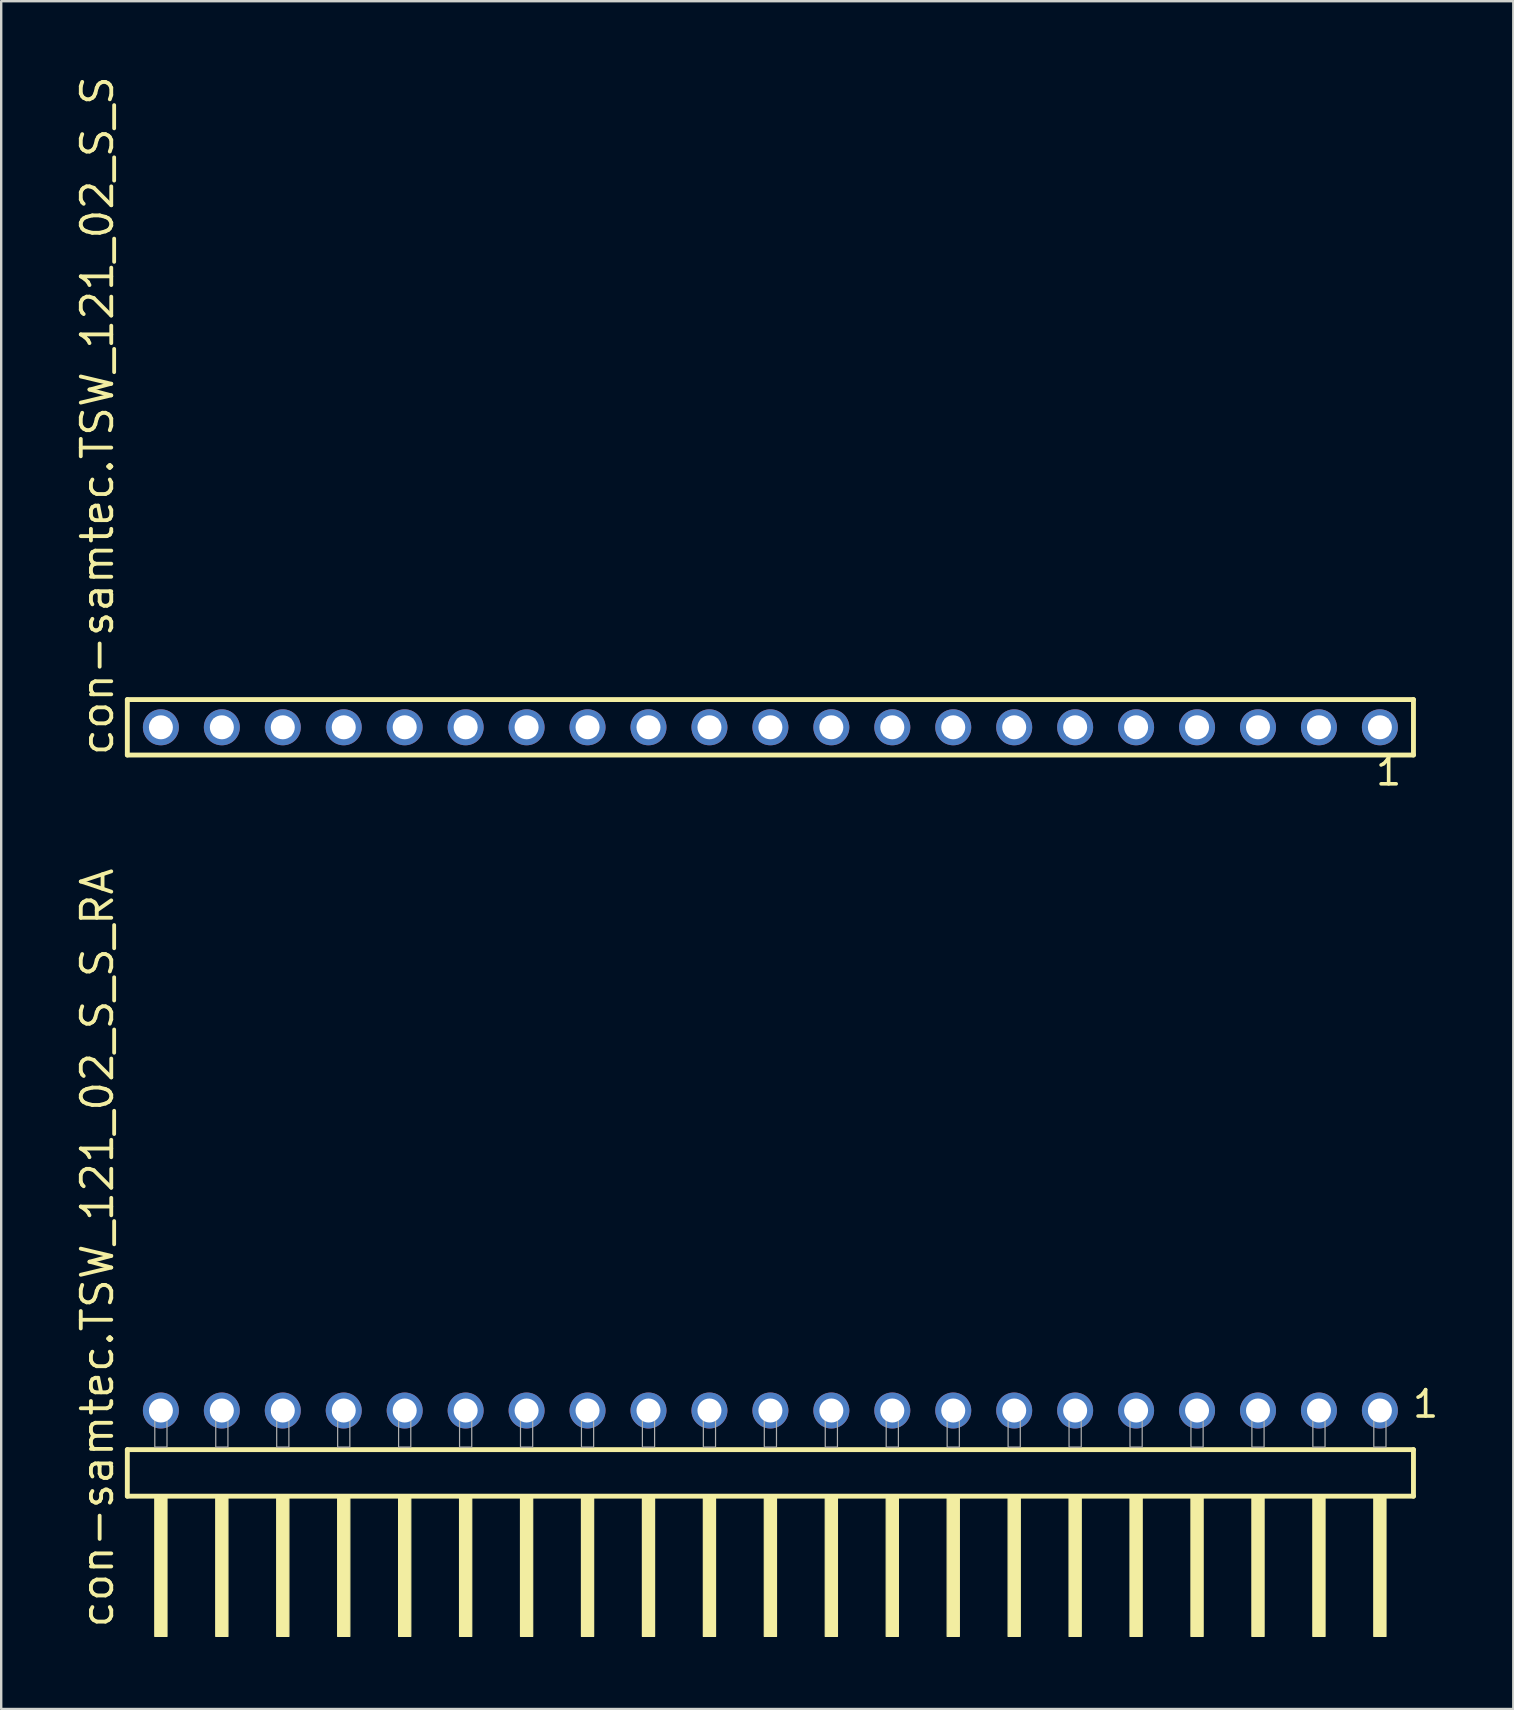
<source format=kicad_pcb>
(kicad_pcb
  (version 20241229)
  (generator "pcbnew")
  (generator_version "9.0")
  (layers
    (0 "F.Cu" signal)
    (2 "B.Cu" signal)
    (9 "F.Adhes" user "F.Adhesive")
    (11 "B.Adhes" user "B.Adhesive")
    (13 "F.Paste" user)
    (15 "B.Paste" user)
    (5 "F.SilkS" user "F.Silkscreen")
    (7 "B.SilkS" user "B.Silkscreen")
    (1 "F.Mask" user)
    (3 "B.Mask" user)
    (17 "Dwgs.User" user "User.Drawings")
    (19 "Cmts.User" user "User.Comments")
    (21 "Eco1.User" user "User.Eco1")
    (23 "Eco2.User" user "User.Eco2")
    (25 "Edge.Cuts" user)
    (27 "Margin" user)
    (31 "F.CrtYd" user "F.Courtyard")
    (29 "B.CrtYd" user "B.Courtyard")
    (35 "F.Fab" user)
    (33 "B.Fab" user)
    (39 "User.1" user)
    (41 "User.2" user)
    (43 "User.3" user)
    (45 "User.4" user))
  (footprint "con-samtec.TSW_121_02_S_S"
    (layer "F.Cu")
    (at 29.055 27.259)
    (property "Reference" "con-samtec.TSW_121_02_S_S" (at -27.305 1.27 90) (layer "F.SilkS") (effects (font (size 1.27 1.27) (thickness 0.16)) (justify left bottom)))
    (attr through_hole)
    (fp_line (start -26.799 -1.155) (end 26.799 -1.155) (stroke (width 0.203) (type default)) (layer "F.SilkS"))
    (fp_line (start -26.799 1.155) (end -26.799 -1.155) (stroke (width 0.203) (type default)) (layer "F.SilkS"))
    (fp_line (start 26.799 -1.155) (end 26.799 1.155) (stroke (width 0.203) (type default)) (layer "F.SilkS"))
    (fp_line (start 26.799 1.155) (end -26.799 1.155) (stroke (width 0.203) (type default)) (layer "F.SilkS"))
    (fp_rect (start -25.75 0.35) (end -25.05 -0.35) (stroke (width 0.05) (type default)) (fill no) (layer "F.Fab"))
    (fp_rect (start -23.21 0.35) (end -22.51 -0.35) (stroke (width 0.05) (type default)) (fill no) (layer "F.Fab"))
    (fp_rect (start -20.67 0.35) (end -19.97 -0.35) (stroke (width 0.05) (type default)) (fill no) (layer "F.Fab"))
    (fp_rect (start -18.13 0.35) (end -17.43 -0.35) (stroke (width 0.05) (type default)) (fill no) (layer "F.Fab"))
    (fp_rect (start -15.59 0.35) (end -14.89 -0.35) (stroke (width 0.05) (type default)) (fill no) (layer "F.Fab"))
    (fp_rect (start -13.05 0.35) (end -12.35 -0.35) (stroke (width 0.05) (type default)) (fill no) (layer "F.Fab"))
    (fp_rect (start -10.51 0.35) (end -9.81 -0.35) (stroke (width 0.05) (type default)) (fill no) (layer "F.Fab"))
    (fp_rect (start -7.97 0.35) (end -7.27 -0.35) (stroke (width 0.05) (type default)) (fill no) (layer "F.Fab"))
    (fp_rect (start -5.43 0.35) (end -4.73 -0.35) (stroke (width 0.05) (type default)) (fill no) (layer "F.Fab"))
    (fp_rect (start -2.89 0.35) (end -2.19 -0.35) (stroke (width 0.05) (type default)) (fill no) (layer "F.Fab"))
    (fp_rect (start -0.35 0.35) (end 0.35 -0.35) (stroke (width 0.05) (type default)) (fill no) (layer "F.Fab"))
    (fp_rect (start 2.19 0.35) (end 2.89 -0.35) (stroke (width 0.05) (type default)) (fill no) (layer "F.Fab"))
    (fp_rect (start 4.73 0.35) (end 5.43 -0.35) (stroke (width 0.05) (type default)) (fill no) (layer "F.Fab"))
    (fp_rect (start 7.27 0.35) (end 7.97 -0.35) (stroke (width 0.05) (type default)) (fill no) (layer "F.Fab"))
    (fp_rect (start 9.81 0.35) (end 10.51 -0.35) (stroke (width 0.05) (type default)) (fill no) (layer "F.Fab"))
    (fp_rect (start 12.35 0.35) (end 13.05 -0.35) (stroke (width 0.05) (type default)) (fill no) (layer "F.Fab"))
    (fp_rect (start 14.89 0.35) (end 15.59 -0.35) (stroke (width 0.05) (type default)) (fill no) (layer "F.Fab"))
    (fp_rect (start 17.43 0.35) (end 18.13 -0.35) (stroke (width 0.05) (type default)) (fill no) (layer "F.Fab"))
    (fp_rect (start 19.97 0.35) (end 20.67 -0.35) (stroke (width 0.05) (type default)) (fill no) (layer "F.Fab"))
    (fp_rect (start 22.51 0.35) (end 23.21 -0.35) (stroke (width 0.05) (type default)) (fill no) (layer "F.Fab"))
    (fp_rect (start 25.05 0.35) (end 25.75 -0.35) (stroke (width 0.05) (type default)) (fill no) (layer "F.Fab"))
    (fp_text user "1" (at 25.142 2.498 0) (layer "F.SilkS") (effects (font (size 1.1 1.1) (thickness 0.15)) (justify left bottom)))
    (pad "1" thru_hole circle (at 25.4 0 180) (size 1.5 1.5) (drill 1) (layers "*.Cu" "*.Mask"))
    (pad "2" thru_hole circle (at 22.86 0 180) (size 1.5 1.5) (drill 1) (layers "*.Cu" "*.Mask"))
    (pad "3" thru_hole circle (at 20.32 0 180) (size 1.5 1.5) (drill 1) (layers "*.Cu" "*.Mask"))
    (pad "4" thru_hole circle (at 17.78 0 180) (size 1.5 1.5) (drill 1) (layers "*.Cu" "*.Mask"))
    (pad "5" thru_hole circle (at 15.24 0 180) (size 1.5 1.5) (drill 1) (layers "*.Cu" "*.Mask"))
    (pad "6" thru_hole circle (at 12.7 0 180) (size 1.5 1.5) (drill 1) (layers "*.Cu" "*.Mask"))
    (pad "7" thru_hole circle (at 10.16 0 180) (size 1.5 1.5) (drill 1) (layers "*.Cu" "*.Mask"))
    (pad "8" thru_hole circle (at 7.62 0 180) (size 1.5 1.5) (drill 1) (layers "*.Cu" "*.Mask"))
    (pad "9" thru_hole circle (at 5.08 0 180) (size 1.5 1.5) (drill 1) (layers "*.Cu" "*.Mask"))
    (pad "10" thru_hole circle (at 2.54 0 180) (size 1.5 1.5) (drill 1) (layers "*.Cu" "*.Mask"))
    (pad "11" thru_hole circle (at 0 0 180) (size 1.5 1.5) (drill 1) (layers "*.Cu" "*.Mask"))
    (pad "12" thru_hole circle (at -2.54 0 180) (size 1.5 1.5) (drill 1) (layers "*.Cu" "*.Mask"))
    (pad "13" thru_hole circle (at -5.08 0 180) (size 1.5 1.5) (drill 1) (layers "*.Cu" "*.Mask"))
    (pad "14" thru_hole circle (at -7.62 0 180) (size 1.5 1.5) (drill 1) (layers "*.Cu" "*.Mask"))
    (pad "15" thru_hole circle (at -10.16 0 180) (size 1.5 1.5) (drill 1) (layers "*.Cu" "*.Mask"))
    (pad "16" thru_hole circle (at -12.7 0 180) (size 1.5 1.5) (drill 1) (layers "*.Cu" "*.Mask"))
    (pad "17" thru_hole circle (at -15.24 0 180) (size 1.5 1.5) (drill 1) (layers "*.Cu" "*.Mask"))
    (pad "18" thru_hole circle (at -17.78 0 180) (size 1.5 1.5) (drill 1) (layers "*.Cu" "*.Mask"))
    (pad "19" thru_hole circle (at -20.32 0 180) (size 1.5 1.5) (drill 1) (layers "*.Cu" "*.Mask"))
    (pad "20" thru_hole circle (at -22.86 0 180) (size 1.5 1.5) (drill 1) (layers "*.Cu" "*.Mask"))
    (pad "21" thru_hole circle (at -25.4 0 180) (size 1.5 1.5) (drill 1) (layers "*.Cu" "*.Mask")))
  (footprint "con-samtec.TSW_121_02_S_S_RA"
    (layer "F.Cu")
    (at 29.055 57.255)
    (property "Reference" "con-samtec.TSW_121_02_S_S_RA" (at -27.305 7.62 90) (layer "F.SilkS") (effects (font (size 1.27 1.27) (thickness 0.16)) (justify left bottom)))
    (attr through_hole)
    (fp_line (start -26.799 0.106) (end -26.799 2.046) (stroke (width 0.203) (type default)) (layer "F.SilkS"))
    (fp_line (start -26.799 2.046) (end 26.799 2.046) (stroke (width 0.203) (type default)) (layer "F.SilkS"))
    (fp_line (start 26.799 0.106) (end -26.799 0.106) (stroke (width 0.203) (type default)) (layer "F.SilkS"))
    (fp_line (start 26.799 2.046) (end 26.799 0.106) (stroke (width 0.203) (type default)) (layer "F.SilkS"))
    (fp_rect (start -25.654 7.89) (end -25.146 2.04) (stroke (width 0.05) (type default)) (fill yes) (layer "F.SilkS"))
    (fp_rect (start -23.114 7.89) (end -22.606 2.04) (stroke (width 0.05) (type default)) (fill yes) (layer "F.SilkS"))
    (fp_rect (start -20.574 7.89) (end -20.066 2.04) (stroke (width 0.05) (type default)) (fill yes) (layer "F.SilkS"))
    (fp_rect (start -18.034 7.89) (end -17.526 2.04) (stroke (width 0.05) (type default)) (fill yes) (layer "F.SilkS"))
    (fp_rect (start -15.494 7.89) (end -14.986 2.04) (stroke (width 0.05) (type default)) (fill yes) (layer "F.SilkS"))
    (fp_rect (start -12.954 7.89) (end -12.446 2.04) (stroke (width 0.05) (type default)) (fill yes) (layer "F.SilkS"))
    (fp_rect (start -10.414 7.89) (end -9.906 2.04) (stroke (width 0.05) (type default)) (fill yes) (layer "F.SilkS"))
    (fp_rect (start -7.874 7.89) (end -7.366 2.04) (stroke (width 0.05) (type default)) (fill yes) (layer "F.SilkS"))
    (fp_rect (start -5.334 7.89) (end -4.826 2.04) (stroke (width 0.05) (type default)) (fill yes) (layer "F.SilkS"))
    (fp_rect (start -2.794 7.89) (end -2.286 2.04) (stroke (width 0.05) (type default)) (fill yes) (layer "F.SilkS"))
    (fp_rect (start -0.254 7.89) (end 0.254 2.04) (stroke (width 0.05) (type default)) (fill yes) (layer "F.SilkS"))
    (fp_rect (start 2.286 7.89) (end 2.794 2.04) (stroke (width 0.05) (type default)) (fill yes) (layer "F.SilkS"))
    (fp_rect (start 4.826 7.89) (end 5.334 2.04) (stroke (width 0.05) (type default)) (fill yes) (layer "F.SilkS"))
    (fp_rect (start 7.366 7.89) (end 7.874 2.04) (stroke (width 0.05) (type default)) (fill yes) (layer "F.SilkS"))
    (fp_rect (start 9.906 7.89) (end 10.414 2.04) (stroke (width 0.05) (type default)) (fill yes) (layer "F.SilkS"))
    (fp_rect (start 12.446 7.89) (end 12.954 2.04) (stroke (width 0.05) (type default)) (fill yes) (layer "F.SilkS"))
    (fp_rect (start 14.986 7.89) (end 15.494 2.04) (stroke (width 0.05) (type default)) (fill yes) (layer "F.SilkS"))
    (fp_rect (start 17.526 7.89) (end 18.034 2.04) (stroke (width 0.05) (type default)) (fill yes) (layer "F.SilkS"))
    (fp_rect (start 20.066 7.89) (end 20.574 2.04) (stroke (width 0.05) (type default)) (fill yes) (layer "F.SilkS"))
    (fp_rect (start 22.606 7.89) (end 23.114 2.04) (stroke (width 0.05) (type default)) (fill yes) (layer "F.SilkS"))
    (fp_rect (start 25.146 7.89) (end 25.654 2.04) (stroke (width 0.05) (type default)) (fill yes) (layer "F.SilkS"))
    (fp_rect (start -25.654 0) (end -25.146 -1.778) (stroke (width 0.05) (type default)) (fill no) (layer "F.Fab"))
    (fp_rect (start -23.114 0) (end -22.606 -1.778) (stroke (width 0.05) (type default)) (fill no) (layer "F.Fab"))
    (fp_rect (start -20.574 0) (end -20.066 -1.778) (stroke (width 0.05) (type default)) (fill no) (layer "F.Fab"))
    (fp_rect (start -18.034 0) (end -17.526 -1.778) (stroke (width 0.05) (type default)) (fill no) (layer "F.Fab"))
    (fp_rect (start -15.494 0) (end -14.986 -1.778) (stroke (width 0.05) (type default)) (fill no) (layer "F.Fab"))
    (fp_rect (start -12.954 0) (end -12.446 -1.778) (stroke (width 0.05) (type default)) (fill no) (layer "F.Fab"))
    (fp_rect (start -10.414 0) (end -9.906 -1.778) (stroke (width 0.05) (type default)) (fill no) (layer "F.Fab"))
    (fp_rect (start -7.874 0) (end -7.366 -1.778) (stroke (width 0.05) (type default)) (fill no) (layer "F.Fab"))
    (fp_rect (start -5.334 0) (end -4.826 -1.778) (stroke (width 0.05) (type default)) (fill no) (layer "F.Fab"))
    (fp_rect (start -2.794 0) (end -2.286 -1.778) (stroke (width 0.05) (type default)) (fill no) (layer "F.Fab"))
    (fp_rect (start -0.254 0) (end 0.254 -1.778) (stroke (width 0.05) (type default)) (fill no) (layer "F.Fab"))
    (fp_rect (start 2.286 0) (end 2.794 -1.778) (stroke (width 0.05) (type default)) (fill no) (layer "F.Fab"))
    (fp_rect (start 4.826 0) (end 5.334 -1.778) (stroke (width 0.05) (type default)) (fill no) (layer "F.Fab"))
    (fp_rect (start 7.366 0) (end 7.874 -1.778) (stroke (width 0.05) (type default)) (fill no) (layer "F.Fab"))
    (fp_rect (start 9.906 0) (end 10.414 -1.778) (stroke (width 0.05) (type default)) (fill no) (layer "F.Fab"))
    (fp_rect (start 12.446 0) (end 12.954 -1.778) (stroke (width 0.05) (type default)) (fill no) (layer "F.Fab"))
    (fp_rect (start 14.986 0) (end 15.494 -1.778) (stroke (width 0.05) (type default)) (fill no) (layer "F.Fab"))
    (fp_rect (start 17.526 0) (end 18.034 -1.778) (stroke (width 0.05) (type default)) (fill no) (layer "F.Fab"))
    (fp_rect (start 20.066 0) (end 20.574 -1.778) (stroke (width 0.05) (type default)) (fill no) (layer "F.Fab"))
    (fp_rect (start 22.606 0) (end 23.114 -1.778) (stroke (width 0.05) (type default)) (fill no) (layer "F.Fab"))
    (fp_rect (start 25.146 0) (end 25.654 -1.778) (stroke (width 0.05) (type default)) (fill no) (layer "F.Fab"))
    (fp_text user "1" (at 26.682 -1.152 0) (layer "F.SilkS") (effects (font (size 1.1 1.1) (thickness 0.15)) (justify left bottom)))
    (pad "1" thru_hole circle (at 25.4 -1.524 180) (size 1.5 1.5) (drill 1) (layers "*.Cu" "*.Mask"))
    (pad "2" thru_hole circle (at 22.86 -1.524 180) (size 1.5 1.5) (drill 1) (layers "*.Cu" "*.Mask"))
    (pad "3" thru_hole circle (at 20.32 -1.524 180) (size 1.5 1.5) (drill 1) (layers "*.Cu" "*.Mask"))
    (pad "4" thru_hole circle (at 17.78 -1.524 180) (size 1.5 1.5) (drill 1) (layers "*.Cu" "*.Mask"))
    (pad "5" thru_hole circle (at 15.24 -1.524 180) (size 1.5 1.5) (drill 1) (layers "*.Cu" "*.Mask"))
    (pad "6" thru_hole circle (at 12.7 -1.524 180) (size 1.5 1.5) (drill 1) (layers "*.Cu" "*.Mask"))
    (pad "7" thru_hole circle (at 10.16 -1.524 180) (size 1.5 1.5) (drill 1) (layers "*.Cu" "*.Mask"))
    (pad "8" thru_hole circle (at 7.62 -1.524 180) (size 1.5 1.5) (drill 1) (layers "*.Cu" "*.Mask"))
    (pad "9" thru_hole circle (at 5.08 -1.524 180) (size 1.5 1.5) (drill 1) (layers "*.Cu" "*.Mask"))
    (pad "10" thru_hole circle (at 2.54 -1.524 180) (size 1.5 1.5) (drill 1) (layers "*.Cu" "*.Mask"))
    (pad "11" thru_hole circle (at 0 -1.524 180) (size 1.5 1.5) (drill 1) (layers "*.Cu" "*.Mask"))
    (pad "12" thru_hole circle (at -2.54 -1.524 180) (size 1.5 1.5) (drill 1) (layers "*.Cu" "*.Mask"))
    (pad "13" thru_hole circle (at -5.08 -1.524 180) (size 1.5 1.5) (drill 1) (layers "*.Cu" "*.Mask"))
    (pad "14" thru_hole circle (at -7.62 -1.524 180) (size 1.5 1.5) (drill 1) (layers "*.Cu" "*.Mask"))
    (pad "15" thru_hole circle (at -10.16 -1.524 180) (size 1.5 1.5) (drill 1) (layers "*.Cu" "*.Mask"))
    (pad "16" thru_hole circle (at -12.7 -1.524 180) (size 1.5 1.5) (drill 1) (layers "*.Cu" "*.Mask"))
    (pad "17" thru_hole circle (at -15.24 -1.524 180) (size 1.5 1.5) (drill 1) (layers "*.Cu" "*.Mask"))
    (pad "18" thru_hole circle (at -17.78 -1.524 180) (size 1.5 1.5) (drill 1) (layers "*.Cu" "*.Mask"))
    (pad "19" thru_hole circle (at -20.32 -1.524 180) (size 1.5 1.5) (drill 1) (layers "*.Cu" "*.Mask"))
    (pad "20" thru_hole circle (at -22.86 -1.524 180) (size 1.5 1.5) (drill 1) (layers "*.Cu" "*.Mask"))
    (pad "21" thru_hole circle (at -25.4 -1.524 180) (size 1.5 1.5) (drill 1) (layers "*.Cu" "*.Mask")))
  (gr_rect
    (start -3 -3)
    (end 60.015 68.17)
    (stroke (width 0.1) (type default))
    (fill no)
    (layer "Edge.Cuts")))
</source>
